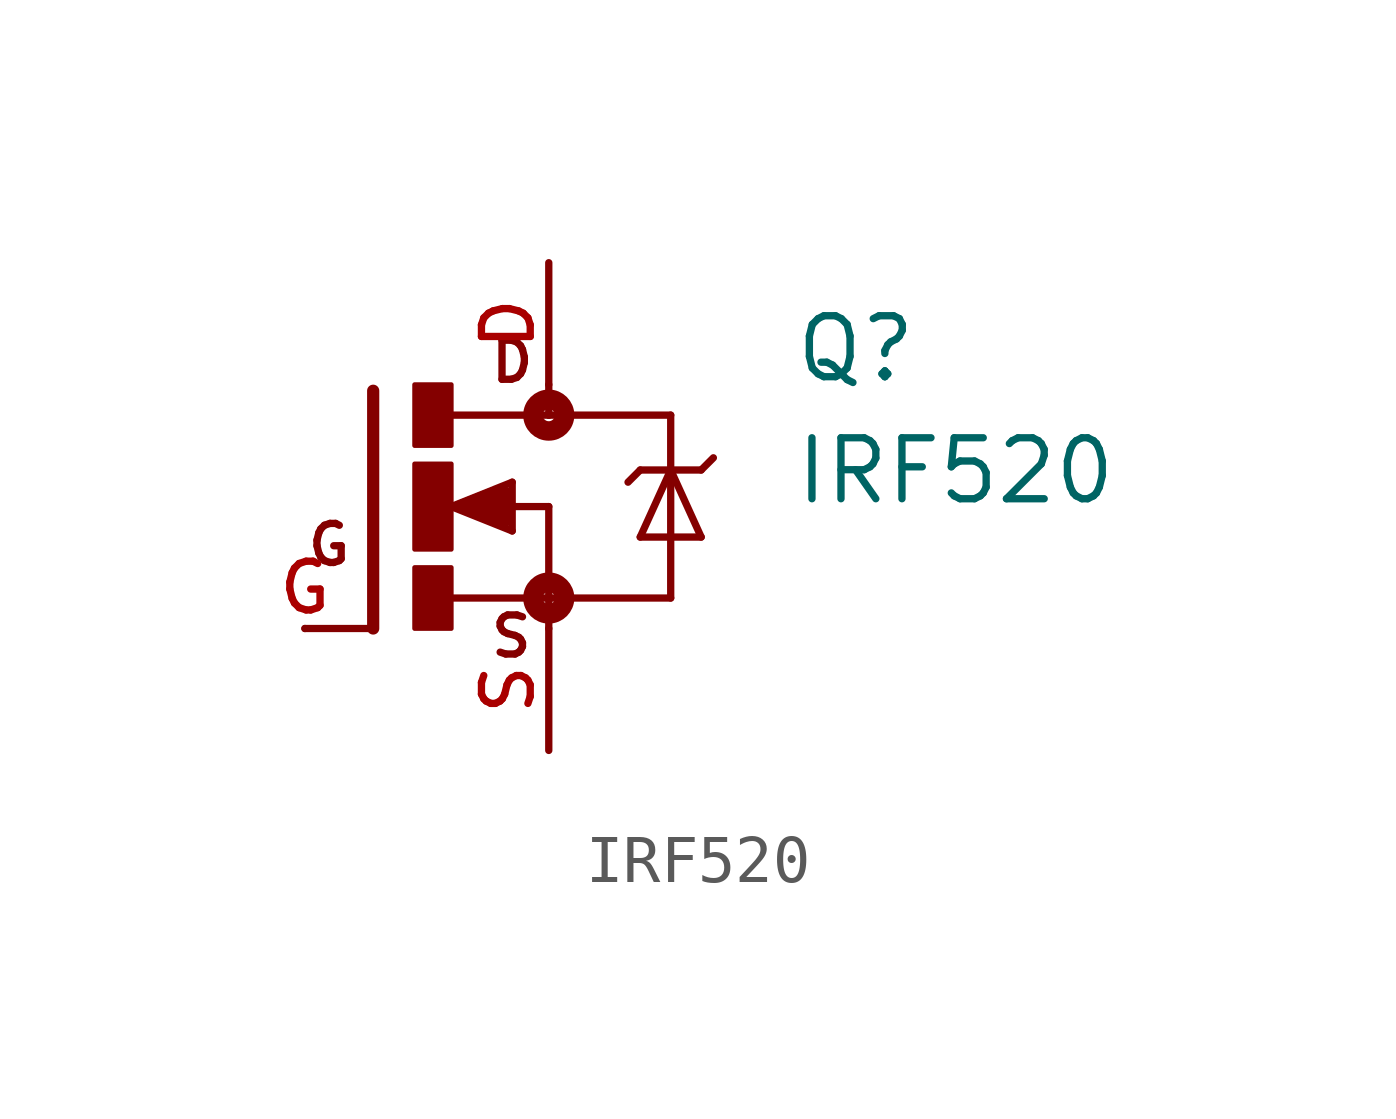
<source format=kicad_sym>
(kicad_symbol_lib
  (version 20211014)
  (generator kicad_symbol_editor)
  (symbol "IRF520"
    (pin_names
      (offset 1.016))
    (property "Reference" "Q"
      (at 7.627 2.542 0)
      (effects (font (size 1.27 1.27)) (justify bottom left)))
    (property "Value" "IRF520"
      (at 7.62 0.0 0)
      (effects (font (size 1.27 1.27)) (justify bottom left)))
    (symbol "IRF520_0_0"
      (circle (center 2.54 -1.905) (radius 0.127) (stroke (width 0.406)) (fill (type none)))
      (circle (center 2.54 1.905) (radius 0.127) (stroke (width 0.406)) (fill (type none)))
      (rectangle (start -0.254 -2.54) (end 0.508 -1.27) (stroke (width 0.1)) (fill (type outline)))
      (rectangle (start -0.254 1.271) (end 0.508 2.54) (stroke (width 0.1)) (fill (type outline)))
      (rectangle (start -0.254 -0.89) (end 0.508 0.889) (stroke (width 0.1)) (fill (type outline)))
      (polyline (pts (xy -1.118 2.413) (xy -1.118 -2.54)) (stroke (width 0.254)))
      (polyline (pts (xy -1.118 -2.54) (xy -2.54 -2.54)) (stroke (width 0.152)))
      (polyline (pts (xy 2.54 1.905) (xy 0.533 1.905)) (stroke (width 0.152)))
      (polyline (pts (xy 2.54 0.0) (xy 2.54 -1.905)) (stroke (width 0.152)))
      (polyline (pts (xy 0.508 -1.905) (xy 2.54 -1.905)) (stroke (width 0.152)))
      (polyline (pts (xy 2.54 2.54) (xy 2.54 1.905)) (stroke (width 0.152)))
      (polyline (pts (xy 2.54 1.905) (xy 5.08 1.905)) (stroke (width 0.152)))
      (polyline (pts (xy 5.08 1.905) (xy 5.08 0.762)) (stroke (width 0.152)))
      (polyline (pts (xy 5.08 0.762) (xy 5.08 -1.905)) (stroke (width 0.152)))
      (polyline (pts (xy 5.08 -1.905) (xy 2.54 -1.905)) (stroke (width 0.152)))
      (polyline (pts (xy 2.54 -1.905) (xy 2.54 -2.54)) (stroke (width 0.152)))
      (polyline (pts (xy 5.08 0.762) (xy 4.445 -0.635)) (stroke (width 0.152)))
      (polyline (pts (xy 4.445 -0.635) (xy 5.715 -0.635)) (stroke (width 0.152)))
      (polyline (pts (xy 5.715 -0.635) (xy 5.08 0.762)) (stroke (width 0.152)))
      (polyline (pts (xy 4.445 0.762) (xy 5.08 0.762)) (stroke (width 0.152)))
      (polyline (pts (xy 5.08 0.762) (xy 5.715 0.762)) (stroke (width 0.152)))
      (polyline (pts (xy 5.715 0.762) (xy 5.969 1.016)) (stroke (width 0.152)))
      (polyline (pts (xy 4.445 0.762) (xy 4.191 0.508)) (stroke (width 0.152)))
      (polyline (pts (xy 0.508 0.0) (xy 1.778 -0.508)) (stroke (width 0.152)))
      (polyline (pts (xy 1.778 -0.508) (xy 1.778 0.508)) (stroke (width 0.152)))
      (polyline (pts (xy 1.778 0.508) (xy 0.508 0.0)) (stroke (width 0.152)))
      (polyline (pts (xy 1.651 0.0) (xy 2.54 0.0)) (stroke (width 0.152)))
      (polyline (pts (xy 1.651 0.254) (xy 0.762 0.0)) (stroke (width 0.305)))
      (polyline (pts (xy 0.762 0.0) (xy 1.651 -0.254)) (stroke (width 0.305)))
      (polyline (pts (xy 1.651 -0.254) (xy 1.651 0.0)) (stroke (width 0.305)))
      (polyline (pts (xy 1.651 0.0) (xy 1.397 0.0)) (stroke (width 0.305)))
      (text "D" (at 1.272 2.544 0) (effects (font (size 0.814 0.814)) (justify bottom left)))
      (text "S" (at 1.272 -3.179 0) (effects (font (size 0.814 0.814)) (justify bottom left)))
      (text "G" (at -2.544 -1.272 0) (effects (font (size 0.814 0.814)) (justify bottom left)))
      (pin passive line (at 2.54 5.08 270.0) (length 2.54) (name "~" (effects (font (size 1.016 1.016)))) (number "D" (effects (font (size 1.016 1.016)))))
      (pin passive line (at -2.54 -2.54 0) (length 0) (name "~" (effects (font (size 1.016 1.016)))) (number "G" (effects (font (size 1.016 1.016)))))
      (pin passive line (at 2.54 -5.08 90.0) (length 2.54) (name "~" (effects (font (size 1.016 1.016)))) (number "S" (effects (font (size 1.016 1.016))))))))
</source>
